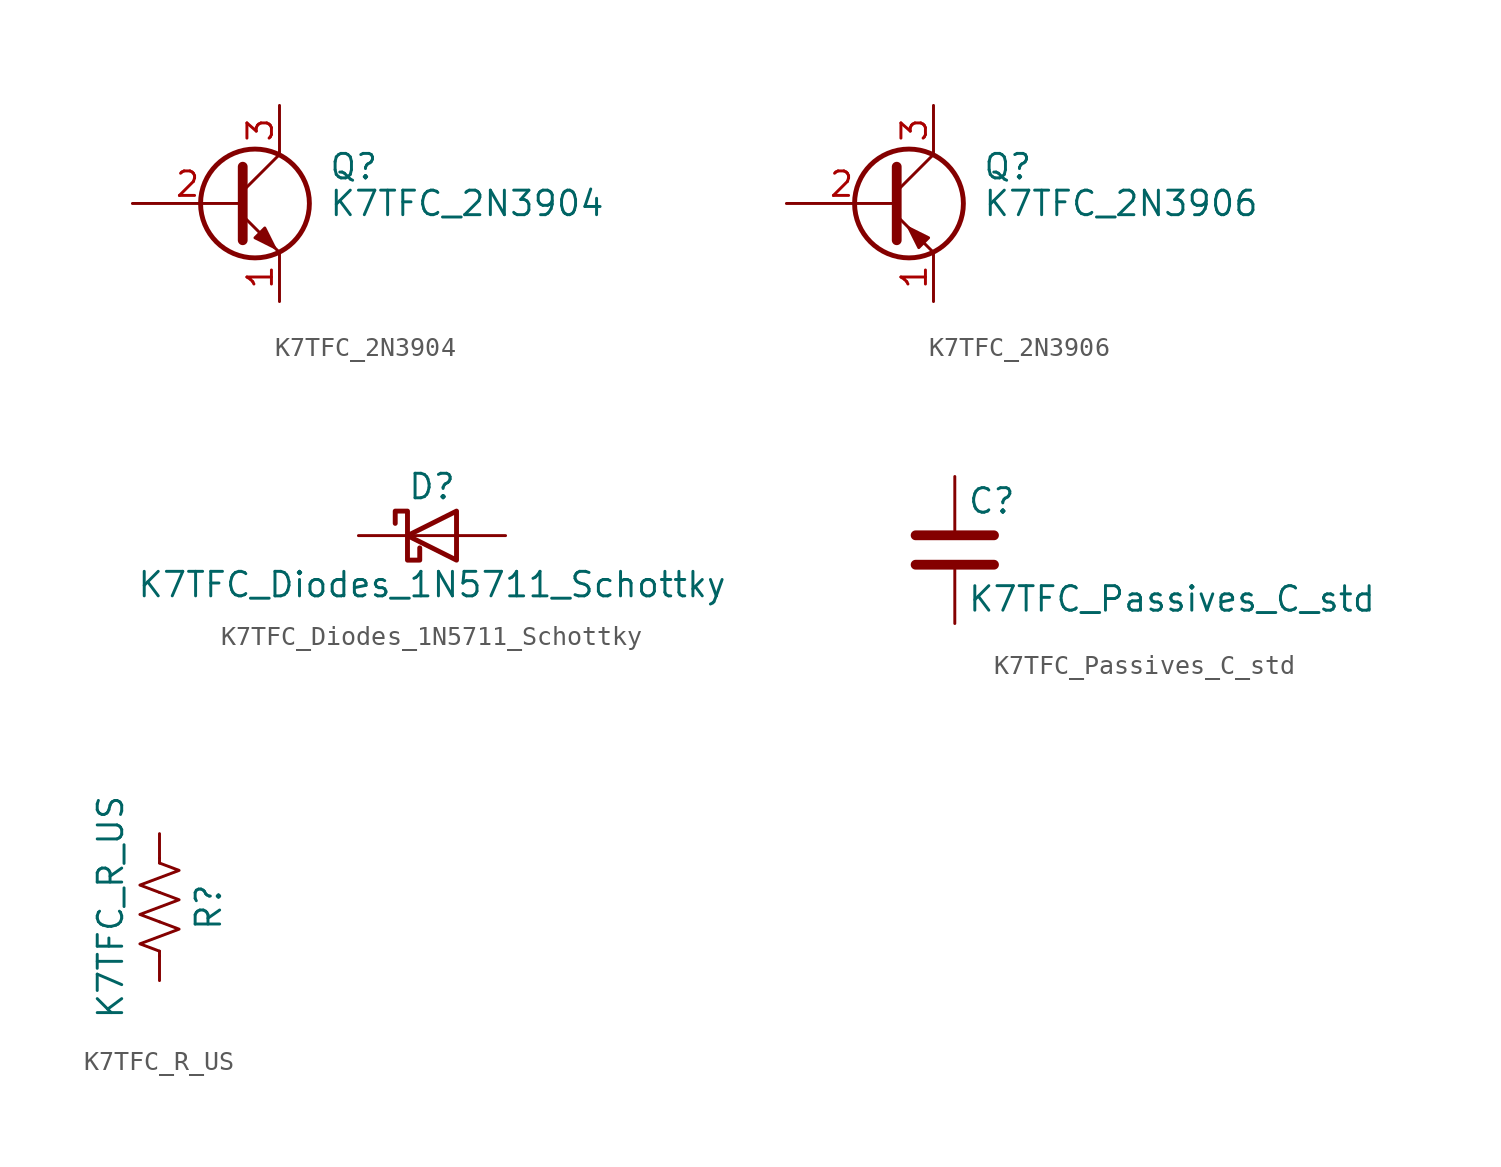
<source format=kicad_sym>
(kicad_symbol_lib
  (version 20231120)
  (generator "kicad_symbol_editor")
  (generator_version "8.0")
  (symbol "K7TFC_2N3904"
    (pin_names
      (offset 0) hide)
    (property "Reference" "Q"
      (at 5.08 1.905 0)
      (effects (font (size 1.27 1.27)) (justify left)))
    (property "Value" "K7TFC_2N3904"
      (at 5.08 0 0)
      (effects (font (size 1.27 1.27)) (justify left)))
    (symbol "K7TFC_2N3904_0_1"
      (polyline (pts (xy 0.635 0.635) (xy 2.54 2.54)) (stroke (width 0) (type solid)) (fill (type none)))
      (polyline (pts (xy 0.635 -0.635) (xy 2.54 -2.54) (xy 2.54 -2.54)) (stroke (width 0) (type solid)) (fill (type none)))
      (polyline (pts (xy 0.635 1.905) (xy 0.635 -1.905) (xy 0.635 -1.905)) (stroke (width 0.508) (type solid)) (fill (type none)))
      (polyline (pts (xy 1.27 -1.778) (xy 1.778 -1.27) (xy 2.286 -2.286) (xy 1.27 -1.778) (xy 1.27 -1.778)) (stroke (width 0) (type solid)) (fill (type outline)))
      (circle (center 1.27 0) (radius 2.819) (stroke (width 0.254) (type solid)) (fill (type none))))
    (symbol "K7TFC_2N3904_1_1"
      (pin passive line (at 2.54 -5.08 90) (length 2.54) (name "E" (effects (font (size 1.27 1.27)))) (number "1" (effects (font (size 1.27 1.27)))))
      (pin passive line (at -5.08 0 0) (length 5.715) (name "B" (effects (font (size 1.27 1.27)))) (number "2" (effects (font (size 1.27 1.27)))))
      (pin passive line (at 2.54 5.08 270) (length 2.54) (name "C" (effects (font (size 1.27 1.27)))) (number "3" (effects (font (size 1.27 1.27)))))))
  (symbol "K7TFC_2N3906"
    (pin_names
      (offset 0) hide)
    (property "Reference" "Q"
      (at 5.08 1.905 0)
      (effects (font (size 1.27 1.27)) (justify left)))
    (property "Value" "K7TFC_2N3906"
      (at 5.08 0 0)
      (effects (font (size 1.27 1.27)) (justify left)))
    (symbol "K7TFC_2N3906_0_1"
      (polyline (pts (xy 0.635 0.635) (xy 2.54 2.54)) (stroke (width 0) (type solid)) (fill (type none)))
      (polyline (pts (xy 0.635 -0.635) (xy 2.54 -2.54) (xy 2.54 -2.54)) (stroke (width 0) (type solid)) (fill (type none)))
      (polyline (pts (xy 0.635 1.905) (xy 0.635 -1.905) (xy 0.635 -1.905)) (stroke (width 0.508) (type solid)) (fill (type none)))
      (polyline (pts (xy 2.286 -1.778) (xy 1.778 -2.286) (xy 1.27 -1.27) (xy 2.286 -1.778) (xy 2.286 -1.778)) (stroke (width 0) (type solid)) (fill (type outline)))
      (circle (center 1.27 0) (radius 2.819) (stroke (width 0.254) (type solid)) (fill (type none))))
    (symbol "K7TFC_2N3906_1_1"
      (pin passive line (at 2.54 -5.08 90) (length 2.54) (name "E" (effects (font (size 1.27 1.27)))) (number "1" (effects (font (size 1.27 1.27)))))
      (pin input line (at -5.08 0 0) (length 5.715) (name "B" (effects (font (size 1.27 1.27)))) (number "2" (effects (font (size 1.27 1.27)))))
      (pin passive line (at 2.54 5.08 270) (length 2.54) (name "C" (effects (font (size 1.27 1.27)))) (number "3" (effects (font (size 1.27 1.27)))))))
  (symbol "K7TFC_Diodes_1N5711_Schottky"
    (pin_numbers hide)
    (pin_names
      (offset 1.016) hide)
    (property "Reference" "D"
      (at 0 2.54 0)
      (effects (font (size 1.27 1.27))))
    (property "Value" "K7TFC_Diodes_1N5711_Schottky"
      (at 0 -2.54 0)
      (effects (font (size 1.27 1.27))))
    (symbol "K7TFC_Diodes_1N5711_Schottky_0_1"
      (polyline (pts (xy 1.27 0) (xy -1.27 0)) (stroke (width 0) (type solid)) (fill (type none)))
      (polyline (pts (xy 1.27 1.27) (xy 1.27 -1.27) (xy -1.27 0) (xy 1.27 1.27)) (stroke (width 0.254) (type solid)) (fill (type none)))
      (polyline (pts (xy -1.905 0.635) (xy -1.905 1.27) (xy -1.27 1.27) (xy -1.27 -1.27) (xy -0.635 -1.27) (xy -0.635 -0.635)) (stroke (width 0.254) (type solid)) (fill (type none))))
    (symbol "K7TFC_Diodes_1N5711_Schottky_1_1"
      (pin passive line (at -3.81 0 0) (length 2.54) (name "K" (effects (font (size 1.27 1.27)))) (number "1" (effects (font (size 1.27 1.27)))))
      (pin passive line (at 3.81 0 180) (length 2.54) (name "A" (effects (font (size 1.27 1.27)))) (number "2" (effects (font (size 1.27 1.27)))))))
  (symbol "K7TFC_Passives_C_std"
    (pin_numbers hide)
    (pin_names
      (offset 0.254))
    (property "Reference" "C"
      (at 0.635 2.54 0)
      (effects (font (size 1.27 1.27)) (justify left)))
    (property "Value" "K7TFC_Passives_C_std"
      (at 0.635 -2.54 0)
      (effects (font (size 1.27 1.27)) (justify left)))
    (symbol "K7TFC_Passives_C_std_0_1"
      (polyline (pts (xy -2.032 -0.762) (xy 2.032 -0.762)) (stroke (width 0.508) (type solid)) (fill (type none)))
      (polyline (pts (xy -2.032 0.762) (xy 2.032 0.762)) (stroke (width 0.508) (type solid)) (fill (type none))))
    (symbol "K7TFC_Passives_C_std_1_1"
      (pin passive line (at 0 3.81 270) (length 2.794) (name "~" (effects (font (size 1.27 1.27)))) (number "1" (effects (font (size 1.27 1.27)))))
      (pin passive line (at 0 -3.81 90) (length 2.794) (name "~" (effects (font (size 1.27 1.27)))) (number "2" (effects (font (size 1.27 1.27)))))))
  (symbol "K7TFC_R_US"
    (pin_numbers hide)
    (pin_names
      (offset 0))
    (property "Reference" "R"
      (at 2.54 0 90)
      (effects (font (size 1.27 1.27))))
    (property "Value" "K7TFC_R_US"
      (at -2.54 0 90)
      (effects (font (size 1.27 1.27))))
    (symbol "K7TFC_R_US_0_1"
      (polyline (pts (xy 0 -2.286) (xy 0 -2.54)) (stroke (width 0) (type solid)) (fill (type none)))
      (polyline (pts (xy 0 2.286) (xy 0 2.54)) (stroke (width 0) (type solid)) (fill (type none)))
      (polyline (pts (xy 0 -0.762) (xy 1.016 -1.143) (xy 0 -1.524) (xy -1.016 -1.905) (xy 0 -2.286)) (stroke (width 0) (type solid)) (fill (type none)))
      (polyline (pts (xy 0 0.762) (xy 1.016 0.381) (xy 0 0) (xy -1.016 -0.381) (xy 0 -0.762)) (stroke (width 0) (type solid)) (fill (type none)))
      (polyline (pts (xy 0 2.286) (xy 1.016 1.905) (xy 0 1.524) (xy -1.016 1.143) (xy 0 0.762)) (stroke (width 0) (type solid)) (fill (type none))))
    (symbol "K7TFC_R_US_1_1"
      (pin passive line (at 0 3.81 270) (length 1.27) (name "~" (effects (font (size 1.27 1.27)))) (number "1" (effects (font (size 1.27 1.27)))))
      (pin passive line (at 0 -3.81 90) (length 1.27) (name "~" (effects (font (size 1.27 1.27)))) (number "2" (effects (font (size 1.27 1.27))))))))
</source>
